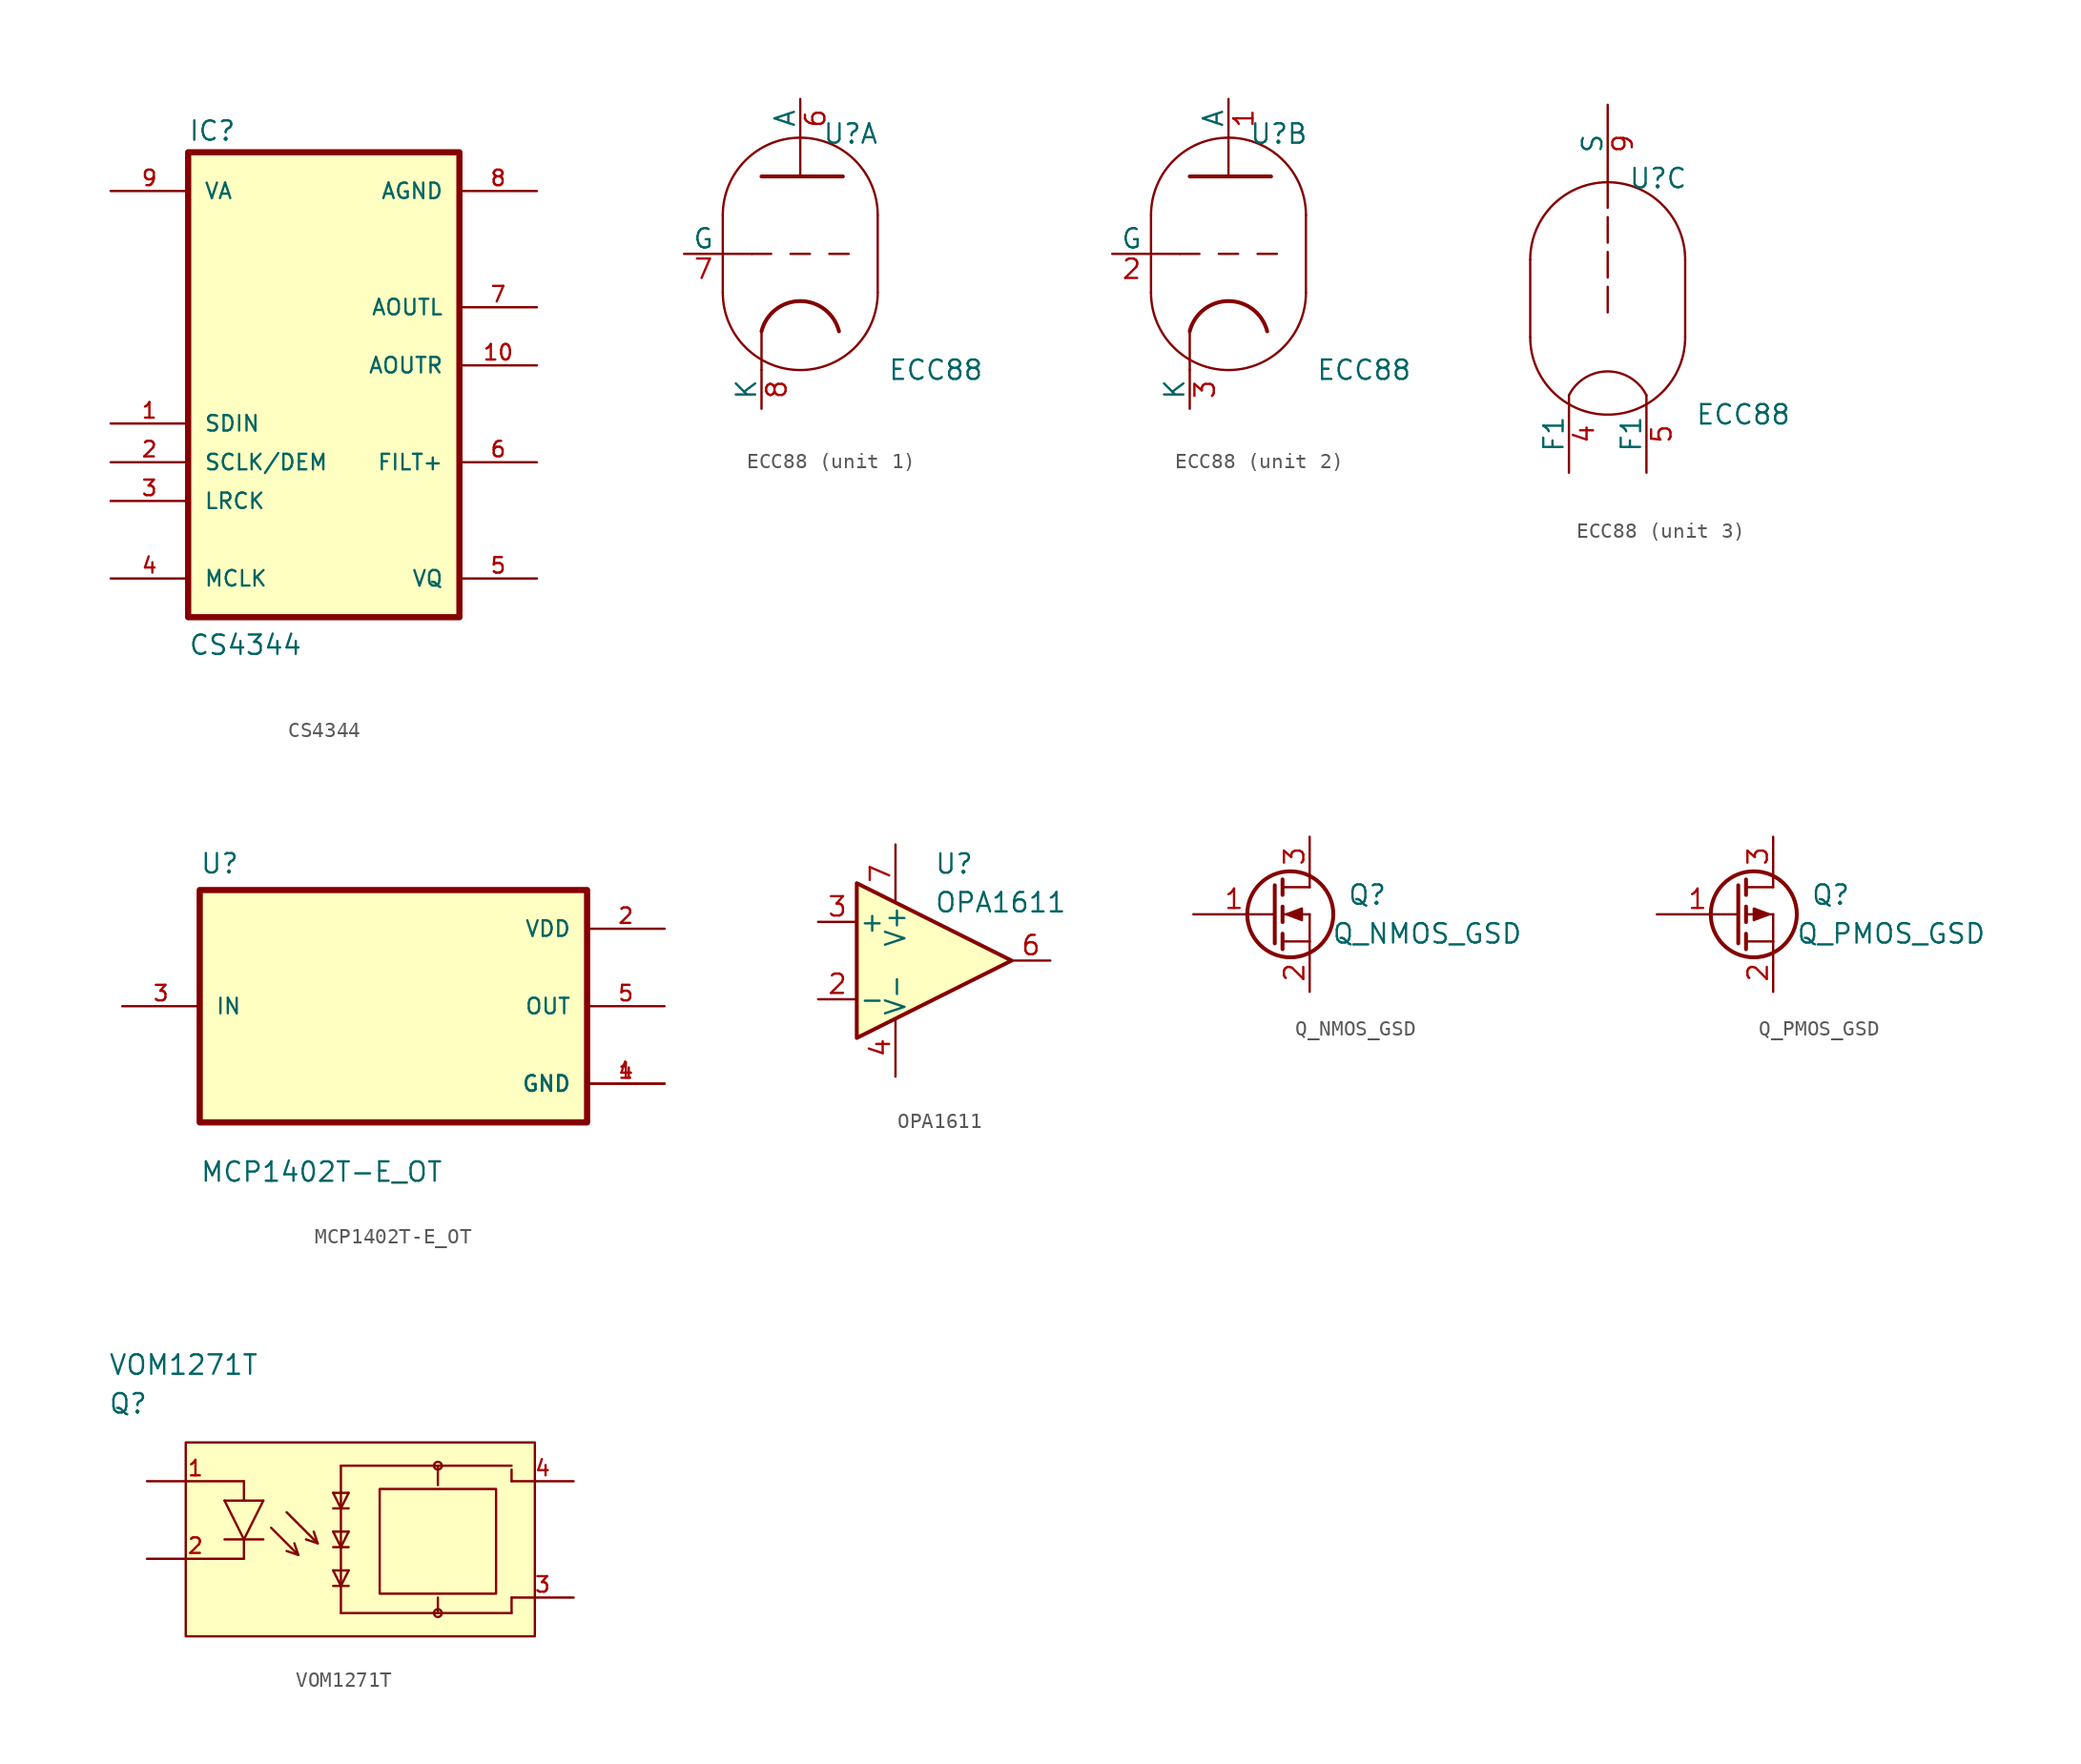
<source format=kicad_sym>
(kicad_symbol_lib
  (version 20231120)
  (generator "kicad_symbol_editor")
  (generator_version "8.0")
  (symbol "CS4344"
    (pin_names
      (offset 1.016))
    (property "Reference" "IC"
      (at -7.62 15.9 0)
      (effects (font (size 1.27 1.27)) (justify left bottom)))
    (property "Value" "CS4344"
      (at -7.62 -17.805 0)
      (effects (font (size 1.27 1.27)) (justify left bottom)))
    (symbol "CS4344_0_0"
      (rectangle (start -7.62 -15.24) (end 10.16 15.24) (stroke (width 0.406) (type solid)) (fill (type background)))
      (pin input line (at -12.7 -2.54 0) (length 5.08) (name "SDIN" (effects (font (size 1.016 1.016)))) (number "1" (effects (font (size 1.016 1.016)))))
      (pin output line (at 15.24 1.27 180) (length 5.08) (name "AOUTR" (effects (font (size 1.016 1.016)))) (number "10" (effects (font (size 1.016 1.016)))))
      (pin input line (at -12.7 -5.08 0) (length 5.08) (name "SCLK/DEM" (effects (font (size 1.016 1.016)))) (number "2" (effects (font (size 1.016 1.016)))))
      (pin input line (at -12.7 -7.62 0) (length 5.08) (name "LRCK" (effects (font (size 1.016 1.016)))) (number "3" (effects (font (size 1.016 1.016)))))
      (pin input line (at -12.7 -12.7 0) (length 5.08) (name "MCLK" (effects (font (size 1.016 1.016)))) (number "4" (effects (font (size 1.016 1.016)))))
      (pin passive line (at 15.24 -12.7 180) (length 5.08) (name "VQ" (effects (font (size 1.016 1.016)))) (number "5" (effects (font (size 1.016 1.016)))))
      (pin passive line (at 15.24 -5.08 180) (length 5.08) (name "FILT+" (effects (font (size 1.016 1.016)))) (number "6" (effects (font (size 1.016 1.016)))))
      (pin output line (at 15.24 5.08 180) (length 5.08) (name "AOUTL" (effects (font (size 1.016 1.016)))) (number "7" (effects (font (size 1.016 1.016)))))
      (pin power_in line (at 15.24 12.7 180) (length 5.08) (name "AGND" (effects (font (size 1.016 1.016)))) (number "8" (effects (font (size 1.016 1.016)))))
      (pin power_in line (at -12.7 12.7 0) (length 5.08) (name "VA" (effects (font (size 1.016 1.016)))) (number "9" (effects (font (size 1.016 1.016)))))))
  (symbol "ECC88"
    (pin_names
      (offset 0))
    (property "Reference" "U"
      (at 3.302 7.874 0)
      (effects (font (size 1.27 1.27))))
    (property "Value" "ECC88"
      (at 8.89 -7.62 0)
      (effects (font (size 1.27 1.27))))
    (property "ki_locked" ""
      (at 0 0 0)
      (effects (font (size 1.27 1.27))))
    (symbol "ECC88_0_1"
      (arc (start -5.08 -2.54) (mid 0 -7.5979) (end 5.08 -2.54) (stroke (width 0) (type default)) (fill (type none)))
      (polyline (pts (xy 5.08 2.54) (xy 5.08 -2.54)) (stroke (width 0) (type default)) (fill (type none)))
      (polyline (pts (xy -5.08 2.54) (xy -5.08 -2.54) (xy -5.08 -2.54)) (stroke (width 0) (type default)) (fill (type none)))
      (arc (start 5.08 2.54) (mid 0 7.5979) (end -5.08 2.54) (stroke (width 0) (type default)) (fill (type none))))
    (symbol "ECC88_1_0"
      (polyline (pts (xy -2.54 -5.08) (xy -2.54 -7.62)) (stroke (width 0) (type default)) (fill (type none)))
      (polyline (pts (xy 0 5.08) (xy 0 7.62)) (stroke (width 0) (type default)) (fill (type none))))
    (symbol "ECC88_1_1"
      (polyline (pts (xy -5.08 0) (xy -3.175 0)) (stroke (width 0) (type default)) (fill (type none)))
      (polyline (pts (xy -1.905 0) (xy -3.175 0)) (stroke (width 0.152) (type default)) (fill (type none)))
      (polyline (pts (xy -0.635 0) (xy 0.635 0)) (stroke (width 0.152) (type default)) (fill (type none)))
      (polyline (pts (xy 1.905 0) (xy 3.175 0)) (stroke (width 0.152) (type default)) (fill (type none)))
      (polyline (pts (xy -2.54 5.08) (xy 2.794 5.08) (xy 2.794 5.08)) (stroke (width 0.254) (type default)) (fill (type none)))
      (arc (start 2.54 -5.08) (mid 0 -3.0968) (end -2.54 -5.08) (stroke (width 0.254) (type default)) (fill (type none)))
      (pin output line (at 0 10.16 270) (length 2.54) (name "A" (effects (font (size 1.27 1.27)))) (number "6" (effects (font (size 1.27 1.27)))))
      (pin input line (at -7.62 0 0) (length 2.54) (name "G" (effects (font (size 1.27 1.27)))) (number "7" (effects (font (size 1.27 1.27)))))
      (pin bidirectional line (at -2.54 -10.16 90) (length 2.54) (name "K" (effects (font (size 1.27 1.27)))) (number "8" (effects (font (size 1.27 1.27))))))
    (symbol "ECC88_2_0"
      (polyline (pts (xy -2.54 -5.08) (xy -2.54 -7.62)) (stroke (width 0) (type default)) (fill (type none)))
      (polyline (pts (xy 0 5.08) (xy 0 7.62)) (stroke (width 0) (type default)) (fill (type none))))
    (symbol "ECC88_2_1"
      (polyline (pts (xy -5.08 0) (xy -3.175 0)) (stroke (width 0) (type default)) (fill (type none)))
      (polyline (pts (xy -1.905 0) (xy -3.175 0)) (stroke (width 0.152) (type default)) (fill (type none)))
      (polyline (pts (xy -0.635 0) (xy 0.635 0)) (stroke (width 0.152) (type default)) (fill (type none)))
      (polyline (pts (xy 1.905 0) (xy 3.175 0)) (stroke (width 0.152) (type default)) (fill (type none)))
      (polyline (pts (xy -2.54 5.08) (xy 2.794 5.08) (xy 2.794 5.08)) (stroke (width 0.254) (type default)) (fill (type none)))
      (arc (start 2.54 -5.08) (mid 0 -3.0968) (end -2.54 -5.08) (stroke (width 0.254) (type default)) (fill (type none)))
      (pin output line (at 0 10.16 270) (length 2.54) (name "A" (effects (font (size 1.27 1.27)))) (number "1" (effects (font (size 1.27 1.27)))))
      (pin input line (at -7.62 0 0) (length 2.54) (name "G" (effects (font (size 1.27 1.27)))) (number "2" (effects (font (size 1.27 1.27)))))
      (pin bidirectional line (at -2.54 -10.16 90) (length 2.54) (name "K" (effects (font (size 1.27 1.27)))) (number "3" (effects (font (size 1.27 1.27))))))
    (symbol "ECC88_3_1"
      (polyline (pts (xy 0 7.62) (xy 0 -1.27)) (stroke (width 0) (type dash)) (fill (type none)))
      (arc (start 2.54 -6.35) (mid 0 -4.7847) (end -2.54 -6.35) (stroke (width 0) (type default)) (fill (type none)))
      (pin power_in line (at -2.54 -11.43 90) (length 5.08) (name "F1" (effects (font (size 1.27 1.27)))) (number "4" (effects (font (size 1.27 1.27)))))
      (pin power_in line (at 2.54 -11.43 90) (length 5.08) (name "F1" (effects (font (size 1.27 1.27)))) (number "5" (effects (font (size 1.27 1.27)))))
      (pin passive line (at 0 12.7 270) (length 5.08) (name "S" (effects (font (size 1.27 1.27)))) (number "9" (effects (font (size 1.27 1.27)))))))
  (symbol "MCP1402T-E_OT"
    (pin_names
      (offset 1.016))
    (property "Reference" "U"
      (at -12.7 8.611 0)
      (effects (font (size 1.27 1.27)) (justify left bottom)))
    (property "Value" "MCP1402T-E_OT"
      (at -12.7 -11.608 0)
      (effects (font (size 1.27 1.27)) (justify left bottom)))
    (symbol "MCP1402T-E_OT_0_0"
      (rectangle (start -12.7 -7.62) (end 12.7 7.62) (stroke (width 0.406) (type solid)) (fill (type background)))
      (pin power_in line (at 17.78 -5.08 180) (length 5.08) (name "GND" (effects (font (size 1.016 1.016)))) (number "1" (effects (font (size 1.016 1.016)))))
      (pin power_in line (at 17.78 5.08 180) (length 5.08) (name "VDD" (effects (font (size 1.016 1.016)))) (number "2" (effects (font (size 1.016 1.016)))))
      (pin input line (at -17.78 0 0) (length 5.08) (name "IN" (effects (font (size 1.016 1.016)))) (number "3" (effects (font (size 1.016 1.016)))))
      (pin power_in line (at 17.78 -5.08 180) (length 5.08) (name "GND" (effects (font (size 1.016 1.016)))) (number "4" (effects (font (size 1.016 1.016)))))
      (pin output line (at 17.78 0 180) (length 5.08) (name "OUT" (effects (font (size 1.016 1.016)))) (number "5" (effects (font (size 1.016 1.016)))))))
  (symbol "OPA1611"
    (pin_names
      (offset 0.127))
    (property "Reference" "U"
      (at 0 6.35 0)
      (effects (font (size 1.27 1.27)) (justify left)))
    (property "Value" "OPA1611"
      (at 0 3.81 0)
      (effects (font (size 1.27 1.27)) (justify left)))
    (symbol "OPA1611_0_1"
      (polyline (pts (xy -5.08 5.08) (xy 5.08 0) (xy -5.08 -5.08) (xy -5.08 5.08)) (stroke (width 0.254) (type solid)) (fill (type background))))
    (symbol "OPA1611_1_1"
      (pin no_connect line (at -2.54 2.54 270) (length 2.54) hide (name "NC" (effects (font (size 1.27 1.27)))) (number "1" (effects (font (size 1.27 1.27)))))
      (pin input line (at -7.62 -2.54 0) (length 2.54) (name "-" (effects (font (size 1.27 1.27)))) (number "2" (effects (font (size 1.27 1.27)))))
      (pin input line (at -7.62 2.54 0) (length 2.54) (name "+" (effects (font (size 1.27 1.27)))) (number "3" (effects (font (size 1.27 1.27)))))
      (pin power_in line (at -2.54 -7.62 90) (length 3.81) (name "V-" (effects (font (size 1.27 1.27)))) (number "4" (effects (font (size 1.27 1.27)))))
      (pin no_connect line (at 0 2.54 270) (length 2.54) hide (name "NC" (effects (font (size 1.27 1.27)))) (number "5" (effects (font (size 1.27 1.27)))))
      (pin output line (at 7.62 0 180) (length 2.54) (name "~" (effects (font (size 1.27 1.27)))) (number "6" (effects (font (size 1.27 1.27)))))
      (pin power_in line (at -2.54 7.62 270) (length 3.81) (name "V+" (effects (font (size 1.27 1.27)))) (number "7" (effects (font (size 1.27 1.27)))))
      (pin no_connect line (at 0 -2.54 90) (length 2.54) hide (name "NC" (effects (font (size 1.27 1.27)))) (number "8" (effects (font (size 1.27 1.27)))))))
  (symbol "Q_NMOS_GSD"
    (pin_names
      (offset 0) hide)
    (property "Reference" "Q"
      (at 7.62 1.27 0)
      (effects (font (size 1.27 1.27)) (justify right)))
    (property "Value" "Q_NMOS_GSD"
      (at 16.51 -1.27 0)
      (effects (font (size 1.27 1.27)) (justify right)))
    (property "Footprint" ""
      (at 5.08 2.54 0)
      (effects (font (size 1.27 1.27))))
    (property "Datasheet" ""
      (at 0 0 0)
      (effects (font (size 1.27 1.27))))
    (symbol "Q_NMOS_GSD_0_1"
      (polyline (pts (xy 0.762 -1.778) (xy 2.54 -1.778)) (stroke (width 0) (type solid)) (fill (type none)))
      (polyline (pts (xy 0.762 -1.27) (xy 0.762 -2.286)) (stroke (width 0.254) (type solid)) (fill (type none)))
      (polyline (pts (xy 0.762 0) (xy 2.54 0)) (stroke (width 0) (type solid)) (fill (type none)))
      (polyline (pts (xy 0.762 0.508) (xy 0.762 -0.508)) (stroke (width 0.254) (type solid)) (fill (type none)))
      (polyline (pts (xy 0.762 1.778) (xy 2.54 1.778)) (stroke (width 0) (type solid)) (fill (type none)))
      (polyline (pts (xy 0.762 2.286) (xy 0.762 1.27)) (stroke (width 0.254) (type solid)) (fill (type none)))
      (polyline (pts (xy 2.54 -1.778) (xy 2.54 -2.54)) (stroke (width 0) (type solid)) (fill (type none)))
      (polyline (pts (xy 2.54 -1.778) (xy 2.54 0)) (stroke (width 0) (type solid)) (fill (type none)))
      (polyline (pts (xy 2.54 2.54) (xy 2.54 1.778)) (stroke (width 0) (type solid)) (fill (type none)))
      (polyline (pts (xy 0.254 1.905) (xy 0.254 -1.905) (xy 0.254 -1.905)) (stroke (width 0.254) (type solid)) (fill (type none)))
      (polyline (pts (xy 1.016 0) (xy 2.032 0.381) (xy 2.032 -0.381) (xy 1.016 0)) (stroke (width 0) (type solid)) (fill (type outline)))
      (circle (center 1.27 0) (radius 2.819) (stroke (width 0.254) (type solid)) (fill (type none))))
    (symbol "Q_NMOS_GSD_1_1"
      (pin input line (at -5.08 0 0) (length 5.334) (name "G" (effects (font (size 1.27 1.27)))) (number "1" (effects (font (size 1.27 1.27)))))
      (pin passive line (at 2.54 -5.08 90) (length 2.54) (name "S" (effects (font (size 1.27 1.27)))) (number "2" (effects (font (size 1.27 1.27)))))
      (pin passive line (at 2.54 5.08 270) (length 2.54) (name "D" (effects (font (size 1.27 1.27)))) (number "3" (effects (font (size 1.27 1.27)))))))
  (symbol "Q_PMOS_GSD"
    (pin_names
      (offset 0) hide)
    (property "Reference" "Q"
      (at 7.62 1.27 0)
      (effects (font (size 1.27 1.27)) (justify right)))
    (property "Value" "Q_PMOS_GSD"
      (at 16.51 -1.27 0)
      (effects (font (size 1.27 1.27)) (justify right)))
    (property "Footprint" ""
      (at 5.08 2.54 0)
      (effects (font (size 1.27 1.27))))
    (property "Datasheet" ""
      (at 0 0 0)
      (effects (font (size 1.27 1.27))))
    (symbol "Q_PMOS_GSD_0_1"
      (polyline (pts (xy 0.762 -1.778) (xy 2.54 -1.778)) (stroke (width 0) (type solid)) (fill (type none)))
      (polyline (pts (xy 0.762 -1.27) (xy 0.762 -2.286)) (stroke (width 0.254) (type solid)) (fill (type none)))
      (polyline (pts (xy 0.762 0) (xy 2.54 0)) (stroke (width 0) (type solid)) (fill (type none)))
      (polyline (pts (xy 0.762 0.508) (xy 0.762 -0.508)) (stroke (width 0.254) (type solid)) (fill (type none)))
      (polyline (pts (xy 0.762 1.778) (xy 2.54 1.778)) (stroke (width 0) (type solid)) (fill (type none)))
      (polyline (pts (xy 0.762 2.286) (xy 0.762 1.27)) (stroke (width 0.254) (type solid)) (fill (type none)))
      (polyline (pts (xy 2.54 -1.778) (xy 2.54 -2.54)) (stroke (width 0) (type solid)) (fill (type none)))
      (polyline (pts (xy 2.54 -1.778) (xy 2.54 0)) (stroke (width 0) (type solid)) (fill (type none)))
      (polyline (pts (xy 2.54 2.54) (xy 2.54 1.778)) (stroke (width 0) (type solid)) (fill (type none)))
      (polyline (pts (xy 0.254 1.905) (xy 0.254 -1.905) (xy 0.254 -1.905)) (stroke (width 0.254) (type solid)) (fill (type none)))
      (polyline (pts (xy 2.286 0) (xy 1.27 -0.381) (xy 1.27 0.381) (xy 2.286 0)) (stroke (width 0) (type solid)) (fill (type outline)))
      (circle (center 1.27 0) (radius 2.819) (stroke (width 0.254) (type solid)) (fill (type none))))
    (symbol "Q_PMOS_GSD_1_1"
      (pin input line (at -5.08 0 0) (length 5.334) (name "G" (effects (font (size 1.27 1.27)))) (number "1" (effects (font (size 1.27 1.27)))))
      (pin passive line (at 2.54 -5.08 90) (length 2.54) (name "D" (effects (font (size 1.27 1.27)))) (number "2" (effects (font (size 1.27 1.27)))))
      (pin passive line (at 2.54 5.08 270) (length 2.54) (name "S" (effects (font (size 1.27 1.27)))) (number "3" (effects (font (size 1.27 1.27)))))))
  (symbol "VOM1271T"
    (pin_names
      (offset 1.016))
    (property "Reference" "Q"
      (at 0 5.08 0)
      (effects (font (size 1.27 1.27)) (justify left)))
    (property "Value" "VOM1271T"
      (at 0 7.62 0)
      (effects (font (size 1.27 1.27)) (justify left)))
    (property "ki_locked" ""
      (at 0 0 0)
      (effects (font (size 1.27 1.27))))
    (symbol "VOM1271T_1_1"
      (polyline (pts (xy 7.62 -3.81) (xy 10.16 -3.81)) (stroke (width 0) (type solid)) (fill (type none)))
      (polyline (pts (xy 7.62 -1.27) (xy 8.89 -3.81)) (stroke (width 0) (type solid)) (fill (type none)))
      (polyline (pts (xy 7.62 -1.27) (xy 10.16 -1.27)) (stroke (width 0) (type solid)) (fill (type none)))
      (polyline (pts (xy 8.89 -5.08) (xy 8.89 -3.81)) (stroke (width 0) (type solid)) (fill (type none)))
      (polyline (pts (xy 8.89 -3.81) (xy 10.16 -1.27)) (stroke (width 0) (type solid)) (fill (type none)))
      (polyline (pts (xy 8.89 0) (xy 8.89 -1.27)) (stroke (width 0) (type solid)) (fill (type none)))
      (polyline (pts (xy 10.668 -3.048) (xy 12.446 -4.826)) (stroke (width 0) (type solid)) (fill (type none)))
      (polyline (pts (xy 11.684 -2.032) (xy 13.716 -4.064)) (stroke (width 0) (type solid)) (fill (type none)))
      (polyline (pts (xy 12.446 -4.826) (xy 11.684 -4.572)) (stroke (width 0) (type solid)) (fill (type none)))
      (polyline (pts (xy 12.446 -4.826) (xy 12.192 -4.064)) (stroke (width 0) (type solid)) (fill (type none)))
      (polyline (pts (xy 13.716 -4.064) (xy 12.954 -3.81)) (stroke (width 0) (type solid)) (fill (type none)))
      (polyline (pts (xy 13.716 -4.064) (xy 13.462 -3.302)) (stroke (width 0) (type solid)) (fill (type none)))
      (polyline (pts (xy 14.732 -6.858) (xy 15.748 -6.858)) (stroke (width 0) (type solid)) (fill (type none)))
      (polyline (pts (xy 14.732 -5.842) (xy 15.748 -5.842)) (stroke (width 0) (type solid)) (fill (type none)))
      (polyline (pts (xy 14.732 -4.318) (xy 15.748 -4.318)) (stroke (width 0) (type solid)) (fill (type none)))
      (polyline (pts (xy 14.732 -3.302) (xy 15.24 -4.318)) (stroke (width 0) (type solid)) (fill (type none)))
      (polyline (pts (xy 14.732 -3.302) (xy 15.748 -3.302)) (stroke (width 0) (type solid)) (fill (type none)))
      (polyline (pts (xy 14.732 -1.778) (xy 15.748 -1.778)) (stroke (width 0) (type solid)) (fill (type none)))
      (polyline (pts (xy 14.732 -0.762) (xy 15.748 -0.762)) (stroke (width 0) (type solid)) (fill (type none)))
      (polyline (pts (xy 15.24 -8.636) (xy 15.24 1.016)) (stroke (width 0) (type solid)) (fill (type none)))
      (polyline (pts (xy 15.24 -8.636) (xy 26.416 -8.636)) (stroke (width 0) (type solid)) (fill (type none)))
      (polyline (pts (xy 15.24 -6.858) (xy 14.732 -5.842)) (stroke (width 0) (type solid)) (fill (type none)))
      (polyline (pts (xy 15.24 -4.318) (xy 15.748 -3.302)) (stroke (width 0) (type solid)) (fill (type none)))
      (polyline (pts (xy 15.24 -1.778) (xy 14.732 -0.762)) (stroke (width 0) (type solid)) (fill (type none)))
      (polyline (pts (xy 15.24 1.016) (xy 26.416 1.016)) (stroke (width 0) (type solid)) (fill (type none)))
      (polyline (pts (xy 15.748 -5.842) (xy 15.24 -6.858)) (stroke (width 0) (type solid)) (fill (type none)))
      (polyline (pts (xy 15.748 -0.762) (xy 15.24 -1.778)) (stroke (width 0) (type solid)) (fill (type none)))
      (polyline (pts (xy 21.59 -8.636) (xy 21.59 -7.62)) (stroke (width 0) (type solid)) (fill (type none)))
      (polyline (pts (xy 21.59 1.016) (xy 21.59 -0.254)) (stroke (width 0) (type solid)) (fill (type none)))
      (polyline (pts (xy 26.416 -8.636) (xy 26.416 -7.62)) (stroke (width 0) (type solid)) (fill (type none)))
      (polyline (pts (xy 26.416 0) (xy 26.416 0.762)) (stroke (width 0) (type solid)) (fill (type none)))
      (rectangle (start 5.08 2.54) (end 27.94 -10.16) (stroke (width 0) (type solid)) (fill (type background)))
      (rectangle (start 17.78 -0.508) (end 25.4 -7.366) (stroke (width 0) (type solid)) (fill (type background)))
      (circle (center 21.59 -8.636) (radius 0.254) (stroke (width 0) (type solid)) (fill (type none)))
      (circle (center 21.59 1.016) (radius 0.254) (stroke (width 0) (type solid)) (fill (type none)))
      (pin passive line (at 2.54 0 0) (length 6.35) (name "ANODE" (effects (font (size 0 0)))) (number "1" (effects (font (size 1.016 1.016)))))
      (pin passive line (at 2.54 -5.08 0) (length 6.35) (name "CATHODE" (effects (font (size 0 0)))) (number "2" (effects (font (size 1.016 1.016)))))
      (pin passive line (at 30.48 -7.62 180) (length 4.064) (name "3" (effects (font (size 0 0)))) (number "3" (effects (font (size 1.016 1.016)))))
      (pin passive line (at 30.48 0 180) (length 4.064) (name "4" (effects (font (size 0 0)))) (number "4" (effects (font (size 1.016 1.016))))))))
</source>
